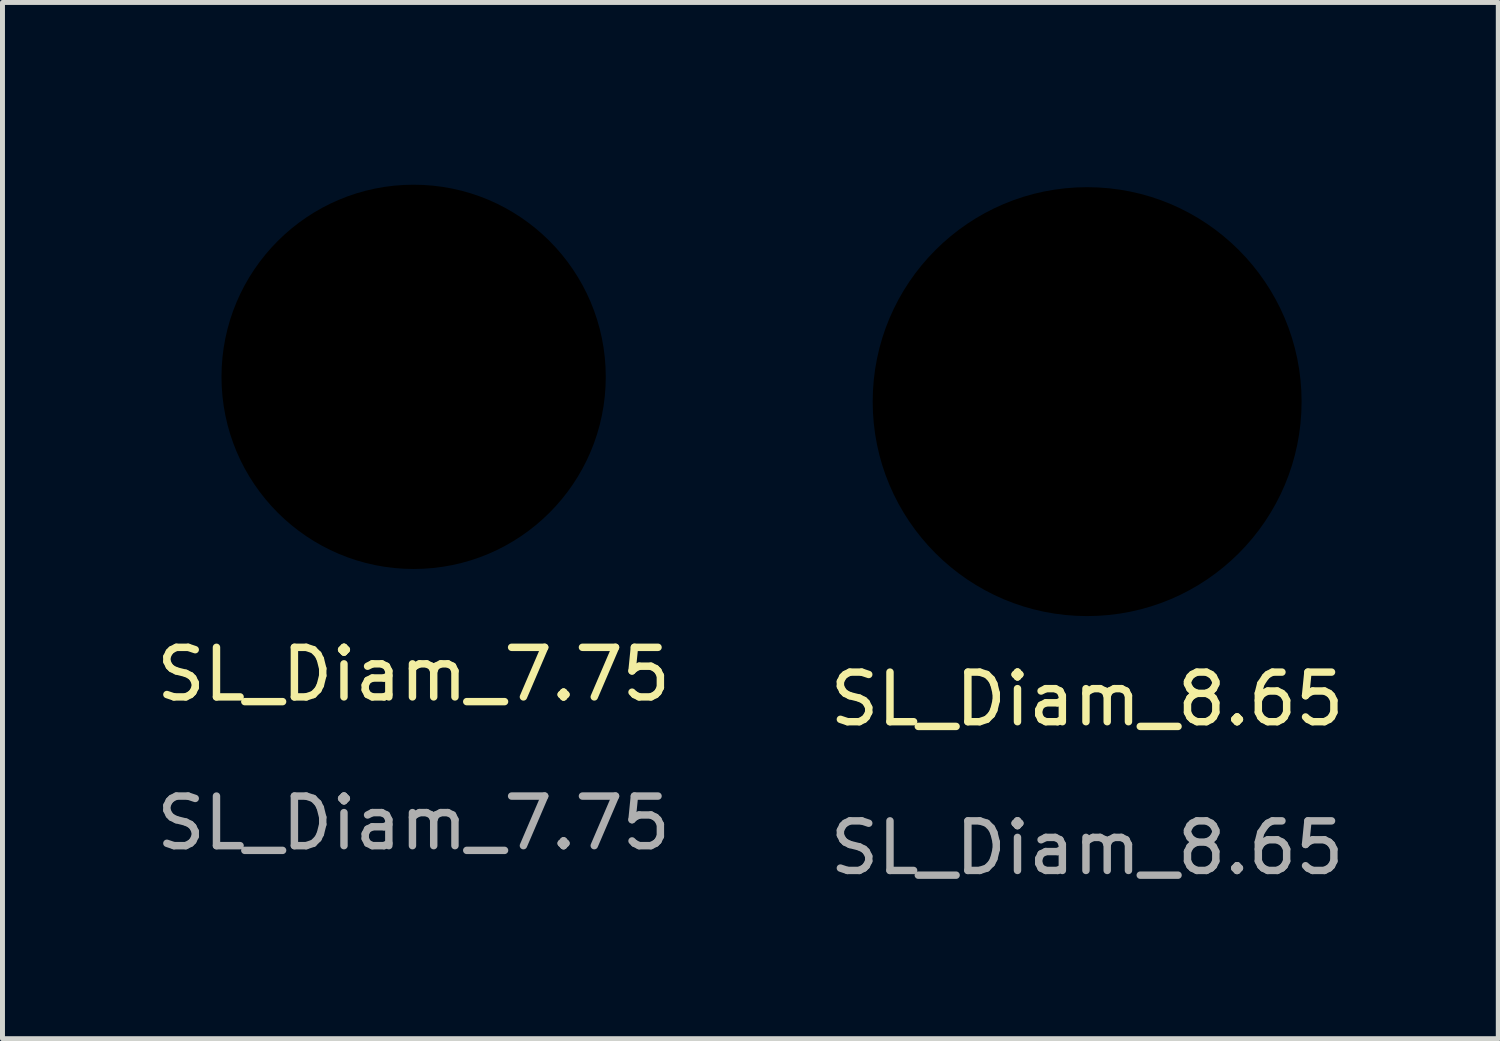
<source format=kicad_pcb>
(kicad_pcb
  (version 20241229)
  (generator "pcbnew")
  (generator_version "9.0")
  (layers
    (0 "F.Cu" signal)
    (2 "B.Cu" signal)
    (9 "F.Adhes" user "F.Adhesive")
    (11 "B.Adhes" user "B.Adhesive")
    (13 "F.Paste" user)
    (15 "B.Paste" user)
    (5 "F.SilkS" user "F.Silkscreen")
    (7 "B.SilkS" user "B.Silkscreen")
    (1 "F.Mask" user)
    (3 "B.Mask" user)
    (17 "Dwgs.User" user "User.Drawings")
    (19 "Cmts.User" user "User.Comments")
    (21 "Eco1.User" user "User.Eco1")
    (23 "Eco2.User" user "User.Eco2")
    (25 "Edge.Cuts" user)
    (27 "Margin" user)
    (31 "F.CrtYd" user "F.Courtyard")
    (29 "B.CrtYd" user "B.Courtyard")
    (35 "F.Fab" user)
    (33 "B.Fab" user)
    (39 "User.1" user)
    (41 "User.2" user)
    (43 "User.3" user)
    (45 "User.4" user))
  (footprint "SL_Diam_7.75"
    (layer "F.Cu")
    (at 5.292 4.55)
    (property "Reference" "SL_Diam_7.75" (at 0 6 0) (unlocked yes) (layer "F.SilkS") (effects (font (size 1 1) (thickness 0.15))))
    (attr smd)
    (fp_circle (center 0 0) (end 4.5 0) (stroke (width 0.1) (type default)) (fill no) (layer "User.2"))
    (fp_text user "${REFERENCE}" (at 0 9 0) (unlocked yes) (layer "F.Fab") (effects (font (size 1 1) (thickness 0.15))))
    (pad "" np_thru_hole circle (at 0 0) (size 7.75 7.75) (drill 7.75) (layers "*.Mask")))
  (footprint "SL_Diam_8.65"
    (layer "F.Cu")
    (at 18.875 5.05)
    (property "Reference" "SL_Diam_8.65" (at 0 6 0) (unlocked yes) (layer "F.SilkS") (effects (font (size 1 1) (thickness 0.15))))
    (attr smd)
    (fp_circle (center 0 0) (end 0 -5) (stroke (width 0.1) (type default)) (fill no) (layer "User.2"))
    (fp_text user "${REFERENCE}" (at 0 9 0) (unlocked yes) (layer "F.Fab") (effects (font (size 1 1) (thickness 0.15))))
    (pad "" np_thru_hole circle (at 0 0) (size 8.65 8.65) (drill 8.65) (layers "*.Mask")))
  (gr_rect
    (start -3 -3)
    (end 27.167 17.898)
    (stroke (width 0.1) (type default))
    (fill no)
    (layer "Edge.Cuts")))
</source>
